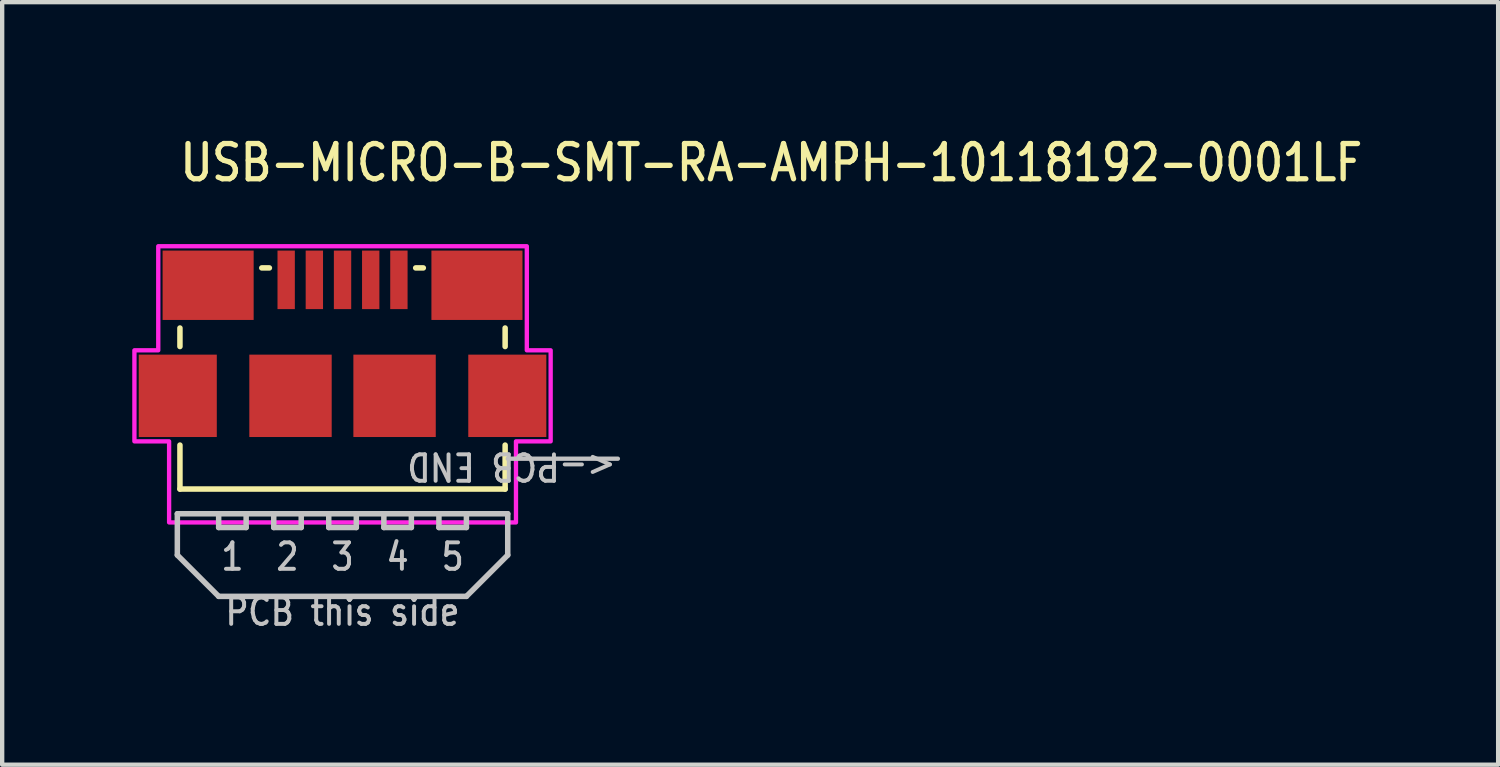
<source format=kicad_pcb>
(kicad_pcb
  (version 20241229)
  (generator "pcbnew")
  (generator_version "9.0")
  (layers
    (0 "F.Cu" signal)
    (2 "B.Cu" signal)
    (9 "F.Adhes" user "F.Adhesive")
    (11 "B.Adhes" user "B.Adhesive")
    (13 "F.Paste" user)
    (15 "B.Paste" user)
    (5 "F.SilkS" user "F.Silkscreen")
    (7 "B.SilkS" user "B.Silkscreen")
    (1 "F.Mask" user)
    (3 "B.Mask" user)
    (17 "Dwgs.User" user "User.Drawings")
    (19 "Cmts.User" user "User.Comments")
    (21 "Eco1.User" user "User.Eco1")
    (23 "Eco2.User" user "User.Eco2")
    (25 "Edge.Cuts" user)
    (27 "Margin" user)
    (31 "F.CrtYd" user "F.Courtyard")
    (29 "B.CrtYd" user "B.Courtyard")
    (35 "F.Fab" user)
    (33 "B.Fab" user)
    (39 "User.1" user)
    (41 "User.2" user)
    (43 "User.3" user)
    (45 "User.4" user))
  (footprint "USB-MICRO-B-SMT-RA-AMPH-10118192-0001LF"
    (layer "F.Cu")
    (at 4.85 7.529)
    (property "Reference" "USB-MICRO-B-SMT-RA-AMPH-10118192-0001LF" (at -3.81 -6.35 0) (unlocked yes) (layer "F.SilkS") (effects (font (size 0.813 0.695) (thickness 0.122)) (justify left bottom)))
    (fp_line (start -3.75 -3.014) (end -3.75 -2.587) (stroke (width 0.127) (type solid)) (layer "F.SilkS"))
    (fp_line (start -3.75 -0.314) (end -3.75 0.7) (stroke (width 0.127) (type solid)) (layer "F.SilkS"))
    (fp_line (start -3.75 0.7) (end 3.75 0.7) (stroke (width 0.127) (type solid)) (layer "F.SilkS"))
    (fp_line (start -1.863 -4.4) (end -1.687 -4.4) (stroke (width 0.127) (type solid)) (layer "F.SilkS"))
    (fp_line (start 1.687 -4.4) (end 1.863 -4.4) (stroke (width 0.127) (type solid)) (layer "F.SilkS"))
    (fp_line (start 3.75 -3.014) (end 3.75 -2.587) (stroke (width 0.127) (type solid)) (layer "F.SilkS"))
    (fp_line (start 3.75 0.7) (end 3.75 -0.314) (stroke (width 0.127) (type solid)) (layer "F.SilkS"))
    (fp_poly (pts (xy -1.5 -4.625) (xy -1.1 -4.625) (xy -1.1 -3.625) (xy -1.5 -3.625)) (stroke (width 0) (type solid)) (fill yes) (layer "F.Paste"))
    (fp_poly (pts (xy -0.85 -4.625) (xy -0.45 -4.625) (xy -0.45 -3.625) (xy -0.85 -3.625)) (stroke (width 0) (type solid)) (fill yes) (layer "F.Paste"))
    (fp_poly (pts (xy -0.2 -4.625) (xy 0.2 -4.625) (xy 0.2 -3.625) (xy -0.2 -3.625)) (stroke (width 0) (type solid)) (fill yes) (layer "F.Paste"))
    (fp_poly (pts (xy 0.45 -4.625) (xy 0.85 -4.625) (xy 0.85 -3.625) (xy 0.45 -3.625)) (stroke (width 0) (type solid)) (fill yes) (layer "F.Paste"))
    (fp_poly (pts (xy 1.1 -4.625) (xy 1.5 -4.625) (xy 1.5 -3.625) (xy 1.1 -3.625)) (stroke (width 0) (type solid)) (fill yes) (layer "F.Paste"))
    (fp_line (start -3.81 1.27) (end -2.857 1.27) (stroke (width 0.127) (type solid)) (layer "Dwgs.User"))
    (fp_line (start -3.81 2.223) (end -3.81 1.27) (stroke (width 0.127) (type solid)) (layer "Dwgs.User"))
    (fp_line (start -2.857 1.27) (end -2.857 1.587) (stroke (width 0.127) (type solid)) (layer "Dwgs.User"))
    (fp_line (start -2.857 1.27) (end -2.223 1.27) (stroke (width 0.127) (type solid)) (layer "Dwgs.User"))
    (fp_line (start -2.857 1.587) (end -2.223 1.587) (stroke (width 0.127) (type solid)) (layer "Dwgs.User"))
    (fp_line (start -2.857 3.175) (end -3.81 2.223) (stroke (width 0.127) (type solid)) (layer "Dwgs.User"))
    (fp_line (start -2.223 1.27) (end -1.587 1.27) (stroke (width 0.127) (type solid)) (layer "Dwgs.User"))
    (fp_line (start -2.223 1.587) (end -2.223 1.27) (stroke (width 0.127) (type solid)) (layer "Dwgs.User"))
    (fp_line (start -1.587 1.27) (end -1.587 1.587) (stroke (width 0.127) (type solid)) (layer "Dwgs.User"))
    (fp_line (start -1.587 1.27) (end -0.953 1.27) (stroke (width 0.127) (type solid)) (layer "Dwgs.User"))
    (fp_line (start -1.587 1.587) (end -0.953 1.587) (stroke (width 0.127) (type solid)) (layer "Dwgs.User"))
    (fp_line (start -0.953 1.27) (end -0.318 1.27) (stroke (width 0.127) (type solid)) (layer "Dwgs.User"))
    (fp_line (start -0.953 1.587) (end -0.953 1.27) (stroke (width 0.127) (type solid)) (layer "Dwgs.User"))
    (fp_line (start -0.318 1.27) (end -0.318 1.587) (stroke (width 0.127) (type solid)) (layer "Dwgs.User"))
    (fp_line (start -0.318 1.27) (end 0.318 1.27) (stroke (width 0.127) (type solid)) (layer "Dwgs.User"))
    (fp_line (start -0.318 1.587) (end 0.318 1.587) (stroke (width 0.127) (type solid)) (layer "Dwgs.User"))
    (fp_line (start 0.318 1.27) (end 0.953 1.27) (stroke (width 0.127) (type solid)) (layer "Dwgs.User"))
    (fp_line (start 0.318 1.587) (end 0.318 1.27) (stroke (width 0.127) (type solid)) (layer "Dwgs.User"))
    (fp_line (start 0.953 1.27) (end 0.953 1.587) (stroke (width 0.127) (type solid)) (layer "Dwgs.User"))
    (fp_line (start 0.953 1.27) (end 1.587 1.27) (stroke (width 0.127) (type solid)) (layer "Dwgs.User"))
    (fp_line (start 0.953 1.587) (end 1.587 1.587) (stroke (width 0.127) (type solid)) (layer "Dwgs.User"))
    (fp_line (start 1.587 1.27) (end 2.223 1.27) (stroke (width 0.127) (type solid)) (layer "Dwgs.User"))
    (fp_line (start 1.587 1.587) (end 1.587 1.27) (stroke (width 0.127) (type solid)) (layer "Dwgs.User"))
    (fp_line (start 2.223 1.27) (end 2.223 1.587) (stroke (width 0.127) (type solid)) (layer "Dwgs.User"))
    (fp_line (start 2.223 1.27) (end 2.857 1.27) (stroke (width 0.127) (type solid)) (layer "Dwgs.User"))
    (fp_line (start 2.223 1.587) (end 2.857 1.587) (stroke (width 0.127) (type solid)) (layer "Dwgs.User"))
    (fp_line (start 2.857 1.27) (end 3.81 1.27) (stroke (width 0.127) (type solid)) (layer "Dwgs.User"))
    (fp_line (start 2.857 1.587) (end 2.857 1.27) (stroke (width 0.127) (type solid)) (layer "Dwgs.User"))
    (fp_line (start 2.857 3.175) (end -2.857 3.175) (stroke (width 0.127) (type solid)) (layer "Dwgs.User"))
    (fp_line (start 3.81 0) (end 6.35 0) (stroke (width 0.1) (type solid)) (layer "Dwgs.User"))
    (fp_line (start 3.81 1.27) (end 3.81 2.223) (stroke (width 0.127) (type solid)) (layer "Dwgs.User"))
    (fp_line (start 3.81 2.223) (end 2.857 3.175) (stroke (width 0.127) (type solid)) (layer "Dwgs.User"))
    (fp_poly (pts (xy -4.8 -0.4) (xy -4 -0.4) (xy -4 1.47) (xy 4 1.47) (xy 4 -0.4) (xy 4.8 -0.4) (xy 4.8 -2.5) (xy 4.25 -2.5) (xy 4.25 -4.9) (xy -4.25 -4.9) (xy -4.25 -2.5) (xy -4.8 -2.5)) (stroke (width 0.1) (type solid)) (fill no) (layer "F.CrtYd"))
    (fp_text user "3" (at 0 1.905 0) (unlocked yes) (layer "Dwgs.User") (effects (font (size 0.61 0.521) (thickness 0.091)) (justify top)))
    (fp_text user "5" (at 2.54 1.905 0) (unlocked yes) (layer "Dwgs.User") (effects (font (size 0.61 0.521) (thickness 0.091)) (justify top)))
    (fp_text user "PCB this side" (at 0 3.175 0) (unlocked yes) (layer "Dwgs.User") (effects (font (size 0.61 0.521) (thickness 0.091)) (justify top)))
    (fp_text user "2" (at -1.27 1.905 0) (unlocked yes) (layer "Dwgs.User") (effects (font (size 0.61 0.521) (thickness 0.091)) (justify top)))
    (fp_text user "1" (at -2.54 1.905 0) (unlocked yes) (layer "Dwgs.User") (effects (font (size 0.61 0.521) (thickness 0.091)) (justify top)))
    (fp_text user "<-PCB END" (at 6.35 -0.18 180) (unlocked yes) (layer "Dwgs.User") (effects (font (size 0.61 0.521) (thickness 0.091)) (justify left bottom)))
    (fp_text user "4" (at 1.27 1.905 0) (unlocked yes) (layer "Dwgs.User") (effects (font (size 0.61 0.521) (thickness 0.091)) (justify top)))
    (pad "1" smd rect (at -1.3 -4.125) (size 0.4 1.35) (layers "F.Cu" "F.Mask"))
    (pad "2" smd rect (at -0.65 -4.125) (size 0.4 1.35) (layers "F.Cu" "F.Mask"))
    (pad "3" smd rect (at 0 -4.125) (size 0.4 1.35) (layers "F.Cu" "F.Mask"))
    (pad "4" smd rect (at 0.65 -4.125) (size 0.4 1.35) (layers "F.Cu" "F.Mask"))
    (pad "5" smd rect (at 1.3 -4.125) (size 0.4 1.35) (layers "F.Cu" "F.Mask"))
    (pad "SHELL1" smd rect (at -3.1 -4) (size 2.1 1.6) (layers "F.Cu" "F.Mask" "F.Paste"))
    (pad "SHELL2" smd rect (at 3.1 -4) (size 2.1 1.6) (layers "F.Cu" "F.Mask" "F.Paste"))
    (pad "SHELL3" smd rect (at 3.8 -1.45) (size 1.8 1.9) (layers "F.Cu" "F.Mask" "F.Paste"))
    (pad "SHELL4" smd rect (at 1.2 -1.45) (size 1.9 1.9) (layers "F.Cu" "F.Mask" "F.Paste"))
    (pad "SHELL5" smd rect (at -1.2 -1.45) (size 1.9 1.9) (layers "F.Cu" "F.Mask" "F.Paste"))
    (pad "SHELL6" smd rect (at -3.8 -1.45) (size 1.8 1.9) (layers "F.Cu" "F.Mask" "F.Paste")))
  (gr_rect
    (start -3 -3)
    (end 31.502 14.587)
    (stroke (width 0.1) (type default))
    (fill no)
    (layer "Edge.Cuts")))
</source>
